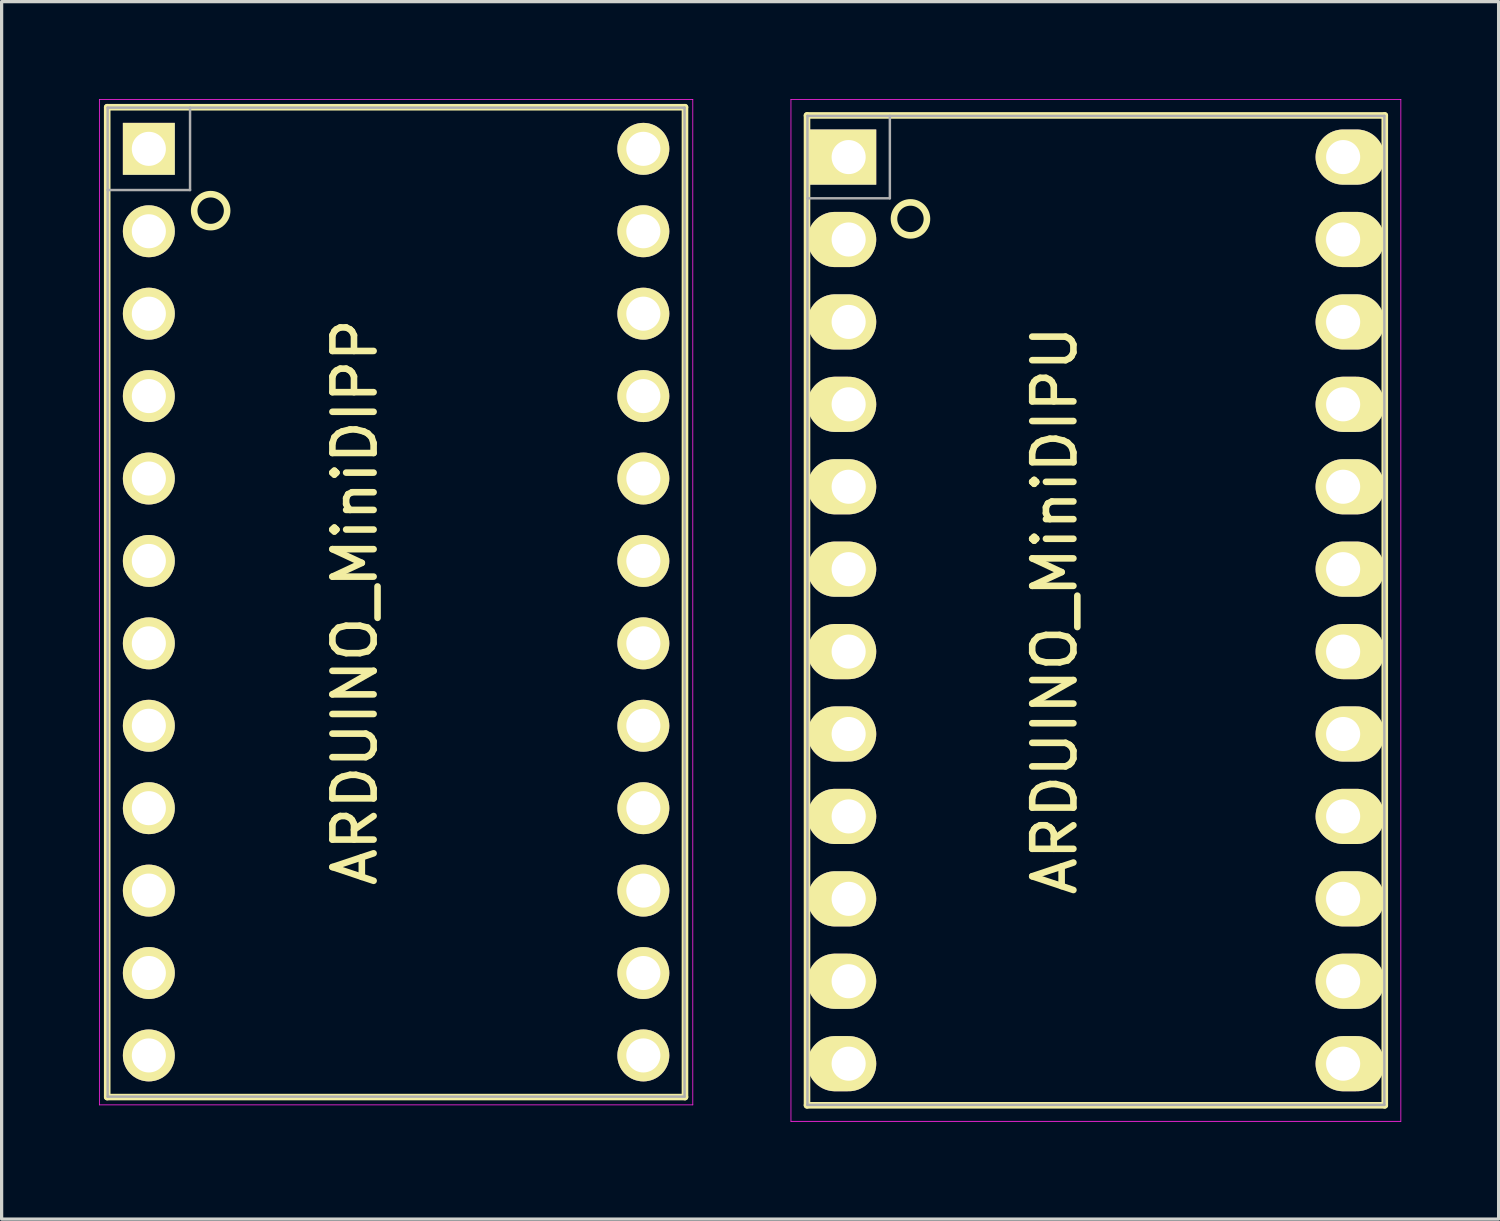
<source format=kicad_pcb>
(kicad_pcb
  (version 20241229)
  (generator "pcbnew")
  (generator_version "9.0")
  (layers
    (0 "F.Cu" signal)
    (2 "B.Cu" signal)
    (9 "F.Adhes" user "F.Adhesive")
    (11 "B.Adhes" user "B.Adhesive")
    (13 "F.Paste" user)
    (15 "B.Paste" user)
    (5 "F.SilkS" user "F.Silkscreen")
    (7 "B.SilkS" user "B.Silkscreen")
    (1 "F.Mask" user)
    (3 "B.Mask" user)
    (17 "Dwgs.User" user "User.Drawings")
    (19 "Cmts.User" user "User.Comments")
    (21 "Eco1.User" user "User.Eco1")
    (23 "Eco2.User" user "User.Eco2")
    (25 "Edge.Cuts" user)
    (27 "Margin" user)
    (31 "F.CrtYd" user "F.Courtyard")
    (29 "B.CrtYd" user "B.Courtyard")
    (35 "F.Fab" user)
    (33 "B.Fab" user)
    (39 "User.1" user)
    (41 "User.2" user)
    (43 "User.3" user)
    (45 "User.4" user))
  (footprint "ARDUINO_MiniDIPP"
    (layer "F.Cu")
    (at 9.157 15.507)
    (property "Reference" "ARDUINO_MiniDIPP" (at -1.27 0 90) (layer "F.SilkS") (effects (font (size 1.27 1.27) (thickness 0.203))))
    (attr through_hole)
    (fp_line (start -8.903 -15.253) (end 8.903 -15.253) (stroke (width 0.203) (type solid)) (layer "F.SilkS"))
    (fp_line (start -8.903 15.253) (end -8.903 -15.253) (stroke (width 0.203) (type solid)) (layer "F.SilkS"))
    (fp_line (start 8.903 -15.253) (end 8.903 15.253) (stroke (width 0.203) (type solid)) (layer "F.SilkS"))
    (fp_line (start 8.903 15.253) (end -8.903 15.253) (stroke (width 0.203) (type solid)) (layer "F.SilkS"))
    (fp_circle (center -5.715 -12.065) (end -5.715 -12.573) (stroke (width 0.203) (type solid)) (fill no) (layer "F.SilkS"))
    (fp_line (start -9.144 -15.494) (end 9.144 -15.494) (stroke (width 0.025) (type solid)) (layer "F.CrtYd"))
    (fp_line (start -9.144 15.494) (end -9.144 -15.494) (stroke (width 0.025) (type solid)) (layer "F.CrtYd"))
    (fp_line (start 9.144 -15.494) (end 9.144 15.494) (stroke (width 0.025) (type solid)) (layer "F.CrtYd"))
    (fp_line (start 9.144 15.494) (end -9.144 15.494) (stroke (width 0.025) (type solid)) (layer "F.CrtYd"))
    (fp_line (start -8.89 -15.24) (end 8.89 -15.24) (stroke (width 0.076) (type solid)) (layer "F.Fab"))
    (fp_line (start -8.89 15.24) (end -8.89 -15.24) (stroke (width 0.076) (type solid)) (layer "F.Fab"))
    (fp_line (start -6.35 -15.24) (end -6.35 -12.7) (stroke (width 0.076) (type solid)) (layer "F.Fab"))
    (fp_line (start -6.35 -12.7) (end -8.89 -12.7) (stroke (width 0.076) (type solid)) (layer "F.Fab"))
    (fp_line (start 8.89 -15.24) (end 8.89 15.24) (stroke (width 0.076) (type solid)) (layer "F.Fab"))
    (fp_line (start 8.89 15.24) (end -8.89 15.24) (stroke (width 0.076) (type solid)) (layer "F.Fab"))
    (pad "1" thru_hole rect (at -7.62 -13.97) (size 1.6 1.6) (drill 1.05) (layers "*.Cu" "*.Mask" "F.SilkS"))
    (pad "2" thru_hole circle (at -7.62 -11.43) (size 1.6 1.6) (drill 1.05) (layers "*.Cu" "*.Mask" "F.SilkS"))
    (pad "3" thru_hole circle (at -7.62 -8.89) (size 1.6 1.6) (drill 1.05) (layers "*.Cu" "*.Mask" "F.SilkS"))
    (pad "4" thru_hole circle (at -7.62 -6.35) (size 1.6 1.6) (drill 1.05) (layers "*.Cu" "*.Mask" "F.SilkS"))
    (pad "5" thru_hole circle (at -7.62 -3.81) (size 1.6 1.6) (drill 1.05) (layers "*.Cu" "*.Mask" "F.SilkS"))
    (pad "6" thru_hole circle (at -7.62 -1.27) (size 1.6 1.6) (drill 1.05) (layers "*.Cu" "*.Mask" "F.SilkS"))
    (pad "7" thru_hole circle (at -7.62 1.27) (size 1.6 1.6) (drill 1.05) (layers "*.Cu" "*.Mask" "F.SilkS"))
    (pad "8" thru_hole circle (at -7.62 3.81) (size 1.6 1.6) (drill 1.05) (layers "*.Cu" "*.Mask" "F.SilkS"))
    (pad "9" thru_hole circle (at -7.62 6.35) (size 1.6 1.6) (drill 1.05) (layers "*.Cu" "*.Mask" "F.SilkS"))
    (pad "10" thru_hole circle (at -7.62 8.89) (size 1.6 1.6) (drill 1.05) (layers "*.Cu" "*.Mask" "F.SilkS"))
    (pad "11" thru_hole circle (at -7.62 11.43) (size 1.6 1.6) (drill 1.05) (layers "*.Cu" "*.Mask" "F.SilkS"))
    (pad "12" thru_hole circle (at -7.62 13.97) (size 1.6 1.6) (drill 1.05) (layers "*.Cu" "*.Mask" "F.SilkS"))
    (pad "13" thru_hole circle (at 7.62 13.97) (size 1.6 1.6) (drill 1.05) (layers "*.Cu" "*.Mask" "F.SilkS"))
    (pad "14" thru_hole circle (at 7.62 11.43) (size 1.6 1.6) (drill 1.05) (layers "*.Cu" "*.Mask" "F.SilkS"))
    (pad "15" thru_hole circle (at 7.62 8.89) (size 1.6 1.6) (drill 1.05) (layers "*.Cu" "*.Mask" "F.SilkS"))
    (pad "16" thru_hole circle (at 7.62 6.35) (size 1.6 1.6) (drill 1.05) (layers "*.Cu" "*.Mask" "F.SilkS"))
    (pad "17" thru_hole circle (at 7.62 3.81) (size 1.6 1.6) (drill 1.05) (layers "*.Cu" "*.Mask" "F.SilkS"))
    (pad "18" thru_hole circle (at 7.62 1.27) (size 1.6 1.6) (drill 1.05) (layers "*.Cu" "*.Mask" "F.SilkS"))
    (pad "19" thru_hole circle (at 7.62 -1.27) (size 1.6 1.6) (drill 1.05) (layers "*.Cu" "*.Mask" "F.SilkS"))
    (pad "20" thru_hole circle (at 7.62 -3.81) (size 1.6 1.6) (drill 1.05) (layers "*.Cu" "*.Mask" "F.SilkS"))
    (pad "21" thru_hole circle (at 7.62 -6.35) (size 1.6 1.6) (drill 1.05) (layers "*.Cu" "*.Mask" "F.SilkS"))
    (pad "22" thru_hole circle (at 7.62 -8.89) (size 1.6 1.6) (drill 1.05) (layers "*.Cu" "*.Mask" "F.SilkS"))
    (pad "23" thru_hole circle (at 7.62 -11.43) (size 1.6 1.6) (drill 1.05) (layers "*.Cu" "*.Mask" "F.SilkS"))
    (pad "24" thru_hole circle (at 7.62 -13.97) (size 1.6 1.6) (drill 1.05) (layers "*.Cu" "*.Mask" "F.SilkS")))
  (footprint "ARDUINO_MiniDIPU"
    (layer "F.Cu")
    (at 30.724 15.761)
    (property "Reference" "ARDUINO_MiniDIPU" (at -1.27 0 90) (layer "F.SilkS") (effects (font (size 1.27 1.27) (thickness 0.203))))
    (attr through_hole)
    (fp_line (start -8.903 -15.253) (end 8.903 -15.253) (stroke (width 0.203) (type solid)) (layer "F.SilkS"))
    (fp_line (start -8.903 15.253) (end -8.903 -15.253) (stroke (width 0.203) (type solid)) (layer "F.SilkS"))
    (fp_line (start 8.903 -15.253) (end 8.903 15.253) (stroke (width 0.203) (type solid)) (layer "F.SilkS"))
    (fp_line (start 8.903 15.253) (end -8.903 15.253) (stroke (width 0.203) (type solid)) (layer "F.SilkS"))
    (fp_circle (center -5.715 -12.065) (end -5.715 -12.573) (stroke (width 0.203) (type solid)) (fill no) (layer "F.SilkS"))
    (fp_line (start -9.398 -15.748) (end 9.398 -15.748) (stroke (width 0.025) (type solid)) (layer "F.CrtYd"))
    (fp_line (start -9.398 15.748) (end -9.398 -15.748) (stroke (width 0.025) (type solid)) (layer "F.CrtYd"))
    (fp_line (start 9.398 -15.748) (end 9.398 15.748) (stroke (width 0.025) (type solid)) (layer "F.CrtYd"))
    (fp_line (start 9.398 15.748) (end -9.398 15.748) (stroke (width 0.025) (type solid)) (layer "F.CrtYd"))
    (fp_line (start -8.89 -15.24) (end 8.89 -15.24) (stroke (width 0.076) (type solid)) (layer "F.Fab"))
    (fp_line (start -8.89 15.24) (end -8.89 -15.24) (stroke (width 0.076) (type solid)) (layer "F.Fab"))
    (fp_line (start -6.35 -15.24) (end -6.35 -12.7) (stroke (width 0.076) (type solid)) (layer "F.Fab"))
    (fp_line (start -6.35 -12.7) (end -8.89 -12.7) (stroke (width 0.076) (type solid)) (layer "F.Fab"))
    (fp_line (start 8.89 -15.24) (end 8.89 15.24) (stroke (width 0.076) (type solid)) (layer "F.Fab"))
    (fp_line (start 8.89 15.24) (end -8.89 15.24) (stroke (width 0.076) (type solid)) (layer "F.Fab"))
    (pad "1" thru_hole rect (at -7.62 -13.97) (size 2.12 1.7) (drill 1.05 (offset -0.21 0)) (layers "*.Cu" "*.Mask" "F.SilkS"))
    (pad "2" thru_hole oval (at -7.62 -11.43) (size 2.12 1.7) (drill 1.05 (offset -0.21 0)) (layers "*.Cu" "*.Mask" "F.SilkS"))
    (pad "3" thru_hole oval (at -7.62 -8.89) (size 2.12 1.7) (drill 1.05 (offset -0.21 0)) (layers "*.Cu" "*.Mask" "F.SilkS"))
    (pad "4" thru_hole oval (at -7.62 -6.35) (size 2.12 1.7) (drill 1.05 (offset -0.21 0)) (layers "*.Cu" "*.Mask" "F.SilkS"))
    (pad "5" thru_hole oval (at -7.62 -3.81) (size 2.12 1.7) (drill 1.05 (offset -0.21 0)) (layers "*.Cu" "*.Mask" "F.SilkS"))
    (pad "6" thru_hole oval (at -7.62 -1.27) (size 2.12 1.7) (drill 1.05 (offset -0.21 0)) (layers "*.Cu" "*.Mask" "F.SilkS"))
    (pad "7" thru_hole oval (at -7.62 1.27) (size 2.12 1.7) (drill 1.05 (offset -0.21 0)) (layers "*.Cu" "*.Mask" "F.SilkS"))
    (pad "8" thru_hole oval (at -7.62 3.81) (size 2.12 1.7) (drill 1.05 (offset -0.21 0)) (layers "*.Cu" "*.Mask" "F.SilkS"))
    (pad "9" thru_hole oval (at -7.62 6.35) (size 2.12 1.7) (drill 1.05 (offset -0.21 0)) (layers "*.Cu" "*.Mask" "F.SilkS"))
    (pad "10" thru_hole oval (at -7.62 8.89) (size 2.12 1.7) (drill 1.05 (offset -0.21 0)) (layers "*.Cu" "*.Mask" "F.SilkS"))
    (pad "11" thru_hole oval (at -7.62 11.43) (size 2.12 1.7) (drill 1.05 (offset -0.21 0)) (layers "*.Cu" "*.Mask" "F.SilkS"))
    (pad "12" thru_hole oval (at -7.62 13.97) (size 2.12 1.7) (drill 1.05 (offset -0.21 0)) (layers "*.Cu" "*.Mask" "F.SilkS"))
    (pad "13" thru_hole oval (at 7.62 13.97 180) (size 2.12 1.7) (drill 1.05 (offset -0.21 0)) (layers "*.Cu" "*.Mask" "F.SilkS"))
    (pad "14" thru_hole oval (at 7.62 11.43 180) (size 2.12 1.7) (drill 1.05 (offset -0.21 0)) (layers "*.Cu" "*.Mask" "F.SilkS"))
    (pad "15" thru_hole oval (at 7.62 8.89 180) (size 2.12 1.7) (drill 1.05 (offset -0.21 0)) (layers "*.Cu" "*.Mask" "F.SilkS"))
    (pad "16" thru_hole oval (at 7.62 6.35 180) (size 2.12 1.7) (drill 1.05 (offset -0.21 0)) (layers "*.Cu" "*.Mask" "F.SilkS"))
    (pad "17" thru_hole oval (at 7.62 3.81 180) (size 2.12 1.7) (drill 1.05 (offset -0.21 0)) (layers "*.Cu" "*.Mask" "F.SilkS"))
    (pad "18" thru_hole oval (at 7.62 1.27 180) (size 2.12 1.7) (drill 1.05 (offset -0.21 0)) (layers "*.Cu" "*.Mask" "F.SilkS"))
    (pad "19" thru_hole oval (at 7.62 -1.27 180) (size 2.12 1.7) (drill 1.05 (offset -0.21 0)) (layers "*.Cu" "*.Mask" "F.SilkS"))
    (pad "20" thru_hole oval (at 7.62 -3.81 180) (size 2.12 1.7) (drill 1.05 (offset -0.21 0)) (layers "*.Cu" "*.Mask" "F.SilkS"))
    (pad "21" thru_hole oval (at 7.62 -6.35 180) (size 2.12 1.7) (drill 1.05 (offset -0.21 0)) (layers "*.Cu" "*.Mask" "F.SilkS"))
    (pad "22" thru_hole oval (at 7.62 -8.89 180) (size 2.12 1.7) (drill 1.05 (offset -0.21 0)) (layers "*.Cu" "*.Mask" "F.SilkS"))
    (pad "23" thru_hole oval (at 7.62 -11.43 180) (size 2.12 1.7) (drill 1.05 (offset -0.21 0)) (layers "*.Cu" "*.Mask" "F.SilkS"))
    (pad "24" thru_hole oval (at 7.62 -13.97 180) (size 2.12 1.7) (drill 1.05 (offset -0.21 0)) (layers "*.Cu" "*.Mask" "F.SilkS")))
  (gr_rect
    (start -3 -3)
    (end 43.135 34.521)
    (stroke (width 0.1) (type default))
    (fill no)
    (layer "Edge.Cuts")))
</source>
